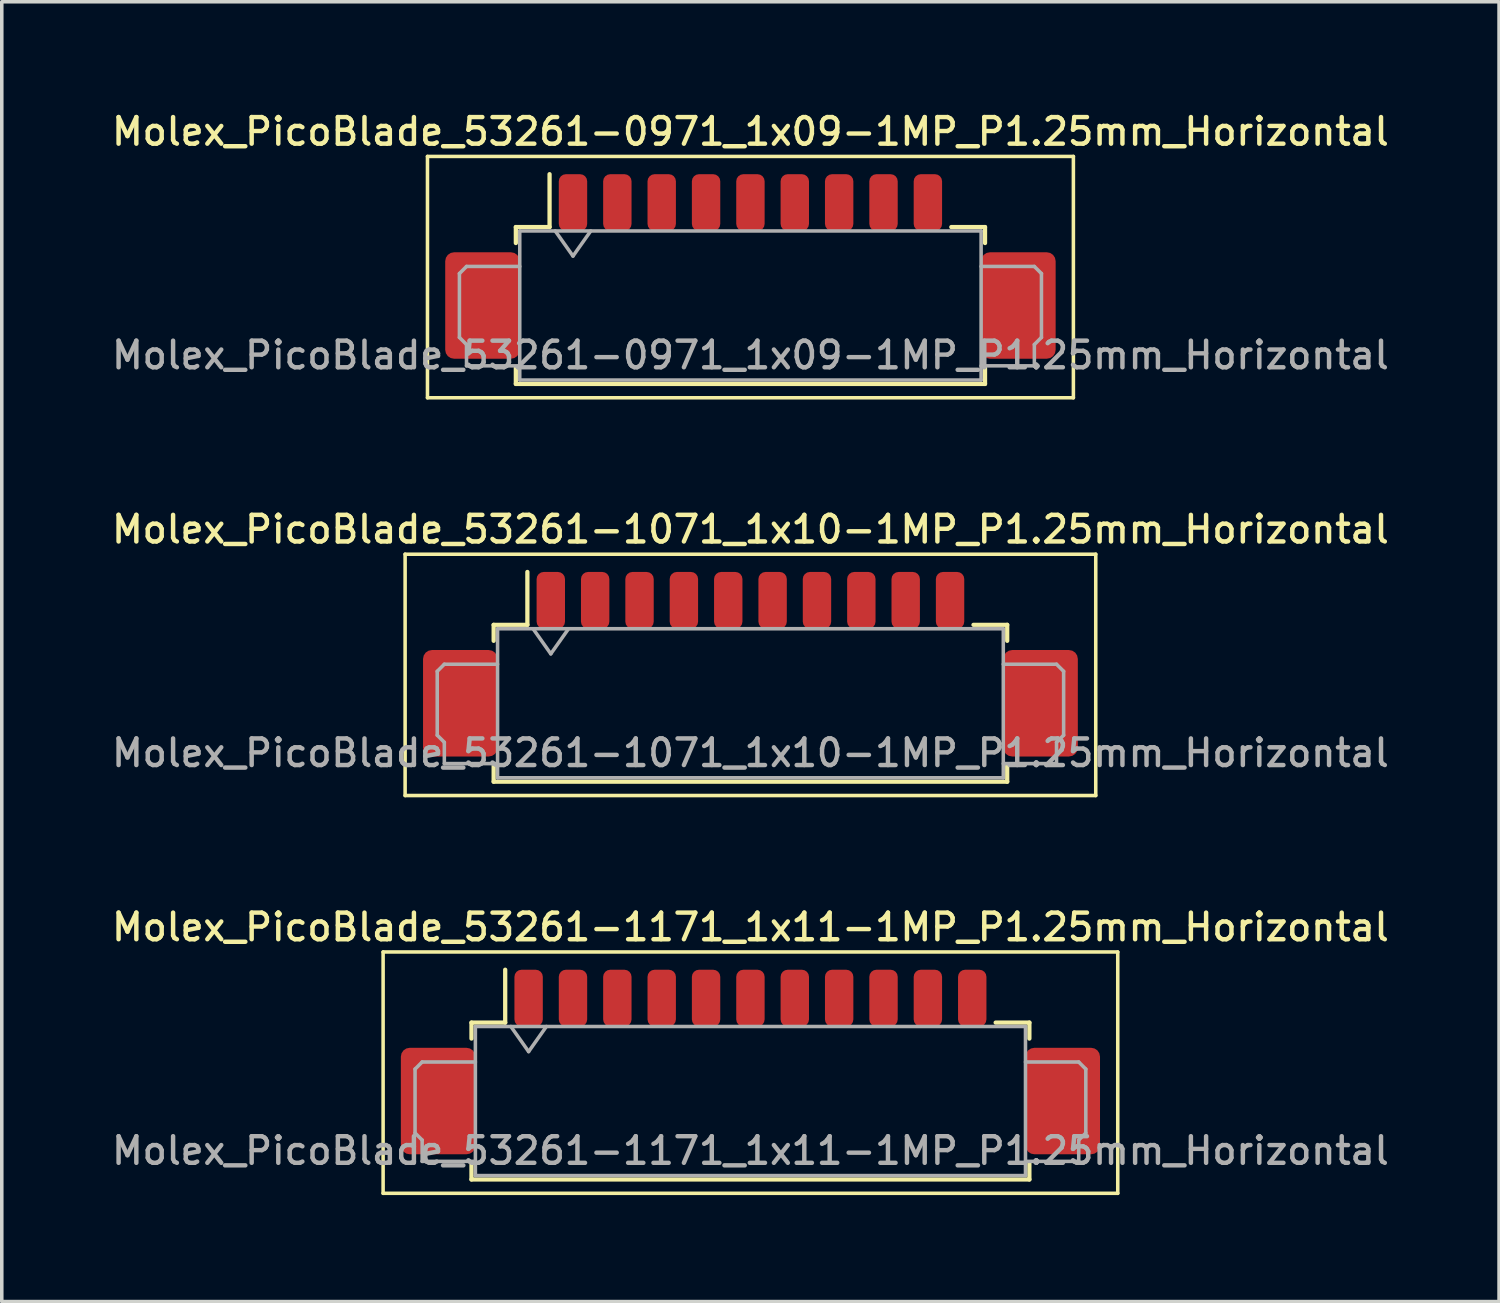
<source format=kicad_pcb>
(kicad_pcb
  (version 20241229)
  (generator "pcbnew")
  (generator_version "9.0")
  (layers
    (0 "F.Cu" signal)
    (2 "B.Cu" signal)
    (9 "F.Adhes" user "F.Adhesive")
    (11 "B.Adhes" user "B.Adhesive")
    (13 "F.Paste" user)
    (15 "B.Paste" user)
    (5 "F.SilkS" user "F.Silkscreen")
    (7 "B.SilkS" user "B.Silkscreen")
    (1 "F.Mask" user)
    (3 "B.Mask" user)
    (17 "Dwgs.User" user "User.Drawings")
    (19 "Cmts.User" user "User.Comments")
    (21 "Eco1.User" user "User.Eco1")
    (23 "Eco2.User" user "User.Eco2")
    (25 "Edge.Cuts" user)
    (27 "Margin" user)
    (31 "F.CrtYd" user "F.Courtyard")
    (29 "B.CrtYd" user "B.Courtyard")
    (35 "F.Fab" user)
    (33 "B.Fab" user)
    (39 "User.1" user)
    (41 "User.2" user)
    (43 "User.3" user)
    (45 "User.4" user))
  (footprint "Molex_PicoBlade_53261-1171_1x11-1MP_P1.25mm_Horizontal"
    (layer "F.Cu")
    (at 18.095 27.474)
    (property "Reference" "Molex_PicoBlade_53261-1171_1x11-1MP_P1.25mm_Horizontal" (at 0 -4.4 0) (layer "F.SilkS") (effects (font (size 0.75 0.75) (thickness 0.125))))
    (attr smd)
    (fp_line (start -10.35 -3.7) (end -10.35 3.1) (stroke (width 0.1) (type solid)) (layer "F.SilkS"))
    (fp_line (start -10.35 3.1) (end 10.35 3.1) (stroke (width 0.1) (type solid)) (layer "F.SilkS"))
    (fp_line (start -7.86 -1.71) (end -6.91 -1.71) (stroke (width 0.12) (type solid)) (layer "F.SilkS"))
    (fp_line (start -7.86 -1.26) (end -7.86 -1.71) (stroke (width 0.12) (type solid)) (layer "F.SilkS"))
    (fp_line (start -7.86 2.26) (end -7.86 2.71) (stroke (width 0.12) (type solid)) (layer "F.SilkS"))
    (fp_line (start -7.86 2.71) (end 7.86 2.71) (stroke (width 0.12) (type solid)) (layer "F.SilkS"))
    (fp_line (start -6.91 -1.71) (end -6.91 -3.2) (stroke (width 0.12) (type solid)) (layer "F.SilkS"))
    (fp_line (start 7.86 -1.71) (end 6.91 -1.71) (stroke (width 0.12) (type solid)) (layer "F.SilkS"))
    (fp_line (start 7.86 -1.26) (end 7.86 -1.71) (stroke (width 0.12) (type solid)) (layer "F.SilkS"))
    (fp_line (start 7.86 2.71) (end 7.86 2.26) (stroke (width 0.12) (type solid)) (layer "F.SilkS"))
    (fp_line (start 10.35 -3.7) (end -10.35 -3.7) (stroke (width 0.1) (type solid)) (layer "F.SilkS"))
    (fp_line (start 10.35 3.1) (end 10.35 -3.7) (stroke (width 0.1) (type solid)) (layer "F.SilkS"))
    (fp_line (start -9.45 -0.4) (end -9.45 1.4) (stroke (width 0.1) (type solid)) (layer "F.Fab"))
    (fp_line (start -9.45 1.4) (end -9.25 1.6) (stroke (width 0.1) (type solid)) (layer "F.Fab"))
    (fp_line (start -9.25 -0.6) (end -9.45 -0.4) (stroke (width 0.1) (type solid)) (layer "F.Fab"))
    (fp_line (start -9.25 1.6) (end -9.25 2.2) (stroke (width 0.1) (type solid)) (layer "F.Fab"))
    (fp_line (start -9.25 2.2) (end -7.75 2.2) (stroke (width 0.1) (type solid)) (layer "F.Fab"))
    (fp_line (start -7.75 -1.6) (end -7.75 2.6) (stroke (width 0.1) (type solid)) (layer "F.Fab"))
    (fp_line (start -7.75 -1.6) (end 7.75 -1.6) (stroke (width 0.1) (type solid)) (layer "F.Fab"))
    (fp_line (start -7.75 -0.6) (end -9.25 -0.6) (stroke (width 0.1) (type solid)) (layer "F.Fab"))
    (fp_line (start -7.75 2.6) (end 7.75 2.6) (stroke (width 0.1) (type solid)) (layer "F.Fab"))
    (fp_line (start -6.75 -1.6) (end -6.25 -0.893) (stroke (width 0.1) (type solid)) (layer "F.Fab"))
    (fp_line (start -6.25 -0.893) (end -5.75 -1.6) (stroke (width 0.1) (type solid)) (layer "F.Fab"))
    (fp_line (start 7.75 -1.6) (end 7.75 2.6) (stroke (width 0.1) (type solid)) (layer "F.Fab"))
    (fp_line (start 7.75 -0.6) (end 9.25 -0.6) (stroke (width 0.1) (type solid)) (layer "F.Fab"))
    (fp_line (start 9.25 -0.6) (end 9.45 -0.4) (stroke (width 0.1) (type solid)) (layer "F.Fab"))
    (fp_line (start 9.25 1.6) (end 9.25 2.2) (stroke (width 0.1) (type solid)) (layer "F.Fab"))
    (fp_line (start 9.25 2.2) (end 7.75 2.2) (stroke (width 0.1) (type solid)) (layer "F.Fab"))
    (fp_line (start 9.45 -0.4) (end 9.45 1.4) (stroke (width 0.1) (type solid)) (layer "F.Fab"))
    (fp_line (start 9.45 1.4) (end 9.25 1.6) (stroke (width 0.1) (type solid)) (layer "F.Fab"))
    (fp_text user "${REFERENCE}" (at 0 1.9 0) (layer "F.Fab") (effects (font (size 0.75 0.75) (thickness 0.125))))
    (pad "1" smd roundrect (at -6.25 -2.4) (size 0.8 1.6) (layers "F.Cu" "F.Mask" "F.Paste") (roundrect_rratio 0.25))
    (pad "2" smd roundrect (at -5 -2.4) (size 0.8 1.6) (layers "F.Cu" "F.Mask" "F.Paste") (roundrect_rratio 0.25))
    (pad "3" smd roundrect (at -3.75 -2.4) (size 0.8 1.6) (layers "F.Cu" "F.Mask" "F.Paste") (roundrect_rratio 0.25))
    (pad "4" smd roundrect (at -2.5 -2.4) (size 0.8 1.6) (layers "F.Cu" "F.Mask" "F.Paste") (roundrect_rratio 0.25))
    (pad "5" smd roundrect (at -1.25 -2.4) (size 0.8 1.6) (layers "F.Cu" "F.Mask" "F.Paste") (roundrect_rratio 0.25))
    (pad "6" smd roundrect (at 0 -2.4) (size 0.8 1.6) (layers "F.Cu" "F.Mask" "F.Paste") (roundrect_rratio 0.25))
    (pad "7" smd roundrect (at 1.25 -2.4) (size 0.8 1.6) (layers "F.Cu" "F.Mask" "F.Paste") (roundrect_rratio 0.25))
    (pad "8" smd roundrect (at 2.5 -2.4) (size 0.8 1.6) (layers "F.Cu" "F.Mask" "F.Paste") (roundrect_rratio 0.25))
    (pad "9" smd roundrect (at 3.75 -2.4) (size 0.8 1.6) (layers "F.Cu" "F.Mask" "F.Paste") (roundrect_rratio 0.25))
    (pad "10" smd roundrect (at 5 -2.4) (size 0.8 1.6) (layers "F.Cu" "F.Mask" "F.Paste") (roundrect_rratio 0.25))
    (pad "11" smd roundrect (at 6.25 -2.4) (size 0.8 1.6) (layers "F.Cu" "F.Mask" "F.Paste") (roundrect_rratio 0.25))
    (pad "MP" smd roundrect (at -8.8 0.5) (size 2.1 3) (layers "F.Cu" "F.Mask" "F.Paste") (roundrect_rratio 0.119))
    (pad "MP" smd roundrect (at 8.8 0.5) (size 2.1 3) (layers "F.Cu" "F.Mask" "F.Paste") (roundrect_rratio 0.119)))
  (footprint "Molex_PicoBlade_53261-0971_1x09-1MP_P1.25mm_Horizontal"
    (layer "F.Cu")
    (at 18.095 5.058)
    (property "Reference" "Molex_PicoBlade_53261-0971_1x09-1MP_P1.25mm_Horizontal" (at 0 -4.4 0) (layer "F.SilkS") (effects (font (size 0.75 0.75) (thickness 0.125))))
    (attr smd)
    (fp_line (start -9.1 -3.7) (end -9.1 3.1) (stroke (width 0.1) (type solid)) (layer "F.SilkS"))
    (fp_line (start -9.1 3.1) (end 9.1 3.1) (stroke (width 0.1) (type solid)) (layer "F.SilkS"))
    (fp_line (start -6.61 -1.71) (end -5.66 -1.71) (stroke (width 0.12) (type solid)) (layer "F.SilkS"))
    (fp_line (start -6.61 -1.26) (end -6.61 -1.71) (stroke (width 0.12) (type solid)) (layer "F.SilkS"))
    (fp_line (start -6.61 2.26) (end -6.61 2.71) (stroke (width 0.12) (type solid)) (layer "F.SilkS"))
    (fp_line (start -6.61 2.71) (end 6.61 2.71) (stroke (width 0.12) (type solid)) (layer "F.SilkS"))
    (fp_line (start -5.66 -1.71) (end -5.66 -3.2) (stroke (width 0.12) (type solid)) (layer "F.SilkS"))
    (fp_line (start 6.61 -1.71) (end 5.66 -1.71) (stroke (width 0.12) (type solid)) (layer "F.SilkS"))
    (fp_line (start 6.61 -1.26) (end 6.61 -1.71) (stroke (width 0.12) (type solid)) (layer "F.SilkS"))
    (fp_line (start 6.61 2.71) (end 6.61 2.26) (stroke (width 0.12) (type solid)) (layer "F.SilkS"))
    (fp_line (start 9.1 -3.7) (end -9.1 -3.7) (stroke (width 0.1) (type solid)) (layer "F.SilkS"))
    (fp_line (start 9.1 3.1) (end 9.1 -3.7) (stroke (width 0.1) (type solid)) (layer "F.SilkS"))
    (fp_line (start -8.2 -0.4) (end -8.2 1.4) (stroke (width 0.1) (type solid)) (layer "F.Fab"))
    (fp_line (start -8.2 1.4) (end -8 1.6) (stroke (width 0.1) (type solid)) (layer "F.Fab"))
    (fp_line (start -8 -0.6) (end -8.2 -0.4) (stroke (width 0.1) (type solid)) (layer "F.Fab"))
    (fp_line (start -8 1.6) (end -8 2.2) (stroke (width 0.1) (type solid)) (layer "F.Fab"))
    (fp_line (start -8 2.2) (end -6.5 2.2) (stroke (width 0.1) (type solid)) (layer "F.Fab"))
    (fp_line (start -6.5 -1.6) (end -6.5 2.6) (stroke (width 0.1) (type solid)) (layer "F.Fab"))
    (fp_line (start -6.5 -1.6) (end 6.5 -1.6) (stroke (width 0.1) (type solid)) (layer "F.Fab"))
    (fp_line (start -6.5 -0.6) (end -8 -0.6) (stroke (width 0.1) (type solid)) (layer "F.Fab"))
    (fp_line (start -6.5 2.6) (end 6.5 2.6) (stroke (width 0.1) (type solid)) (layer "F.Fab"))
    (fp_line (start -5.5 -1.6) (end -5 -0.893) (stroke (width 0.1) (type solid)) (layer "F.Fab"))
    (fp_line (start -5 -0.893) (end -4.5 -1.6) (stroke (width 0.1) (type solid)) (layer "F.Fab"))
    (fp_line (start 6.5 -1.6) (end 6.5 2.6) (stroke (width 0.1) (type solid)) (layer "F.Fab"))
    (fp_line (start 6.5 -0.6) (end 8 -0.6) (stroke (width 0.1) (type solid)) (layer "F.Fab"))
    (fp_line (start 8 -0.6) (end 8.2 -0.4) (stroke (width 0.1) (type solid)) (layer "F.Fab"))
    (fp_line (start 8 1.6) (end 8 2.2) (stroke (width 0.1) (type solid)) (layer "F.Fab"))
    (fp_line (start 8 2.2) (end 6.5 2.2) (stroke (width 0.1) (type solid)) (layer "F.Fab"))
    (fp_line (start 8.2 -0.4) (end 8.2 1.4) (stroke (width 0.1) (type solid)) (layer "F.Fab"))
    (fp_line (start 8.2 1.4) (end 8 1.6) (stroke (width 0.1) (type solid)) (layer "F.Fab"))
    (fp_text user "${REFERENCE}" (at 0 1.9 0) (layer "F.Fab") (effects (font (size 0.75 0.75) (thickness 0.125))))
    (pad "1" smd roundrect (at -5 -2.4) (size 0.8 1.6) (layers "F.Cu" "F.Mask" "F.Paste") (roundrect_rratio 0.25))
    (pad "2" smd roundrect (at -3.75 -2.4) (size 0.8 1.6) (layers "F.Cu" "F.Mask" "F.Paste") (roundrect_rratio 0.25))
    (pad "3" smd roundrect (at -2.5 -2.4) (size 0.8 1.6) (layers "F.Cu" "F.Mask" "F.Paste") (roundrect_rratio 0.25))
    (pad "4" smd roundrect (at -1.25 -2.4) (size 0.8 1.6) (layers "F.Cu" "F.Mask" "F.Paste") (roundrect_rratio 0.25))
    (pad "5" smd roundrect (at 0 -2.4) (size 0.8 1.6) (layers "F.Cu" "F.Mask" "F.Paste") (roundrect_rratio 0.25))
    (pad "6" smd roundrect (at 1.25 -2.4) (size 0.8 1.6) (layers "F.Cu" "F.Mask" "F.Paste") (roundrect_rratio 0.25))
    (pad "7" smd roundrect (at 2.5 -2.4) (size 0.8 1.6) (layers "F.Cu" "F.Mask" "F.Paste") (roundrect_rratio 0.25))
    (pad "8" smd roundrect (at 3.75 -2.4) (size 0.8 1.6) (layers "F.Cu" "F.Mask" "F.Paste") (roundrect_rratio 0.25))
    (pad "9" smd roundrect (at 5 -2.4) (size 0.8 1.6) (layers "F.Cu" "F.Mask" "F.Paste") (roundrect_rratio 0.25))
    (pad "MP" smd roundrect (at -7.55 0.5) (size 2.1 3) (layers "F.Cu" "F.Mask" "F.Paste") (roundrect_rratio 0.119))
    (pad "MP" smd roundrect (at 7.55 0.5) (size 2.1 3) (layers "F.Cu" "F.Mask" "F.Paste") (roundrect_rratio 0.119)))
  (footprint "Molex_PicoBlade_53261-1071_1x10-1MP_P1.25mm_Horizontal"
    (layer "F.Cu")
    (at 18.095 16.266)
    (property "Reference" "Molex_PicoBlade_53261-1071_1x10-1MP_P1.25mm_Horizontal" (at 0 -4.4 0) (layer "F.SilkS") (effects (font (size 0.75 0.75) (thickness 0.125))))
    (attr smd)
    (fp_line (start -9.73 -3.7) (end -9.73 3.1) (stroke (width 0.1) (type solid)) (layer "F.SilkS"))
    (fp_line (start -9.73 3.1) (end 9.73 3.1) (stroke (width 0.1) (type solid)) (layer "F.SilkS"))
    (fp_line (start -7.235 -1.71) (end -6.285 -1.71) (stroke (width 0.12) (type solid)) (layer "F.SilkS"))
    (fp_line (start -7.235 -1.26) (end -7.235 -1.71) (stroke (width 0.12) (type solid)) (layer "F.SilkS"))
    (fp_line (start -7.235 2.26) (end -7.235 2.71) (stroke (width 0.12) (type solid)) (layer "F.SilkS"))
    (fp_line (start -7.235 2.71) (end 7.235 2.71) (stroke (width 0.12) (type solid)) (layer "F.SilkS"))
    (fp_line (start -6.285 -1.71) (end -6.285 -3.2) (stroke (width 0.12) (type solid)) (layer "F.SilkS"))
    (fp_line (start 7.235 -1.71) (end 6.285 -1.71) (stroke (width 0.12) (type solid)) (layer "F.SilkS"))
    (fp_line (start 7.235 -1.26) (end 7.235 -1.71) (stroke (width 0.12) (type solid)) (layer "F.SilkS"))
    (fp_line (start 7.235 2.71) (end 7.235 2.26) (stroke (width 0.12) (type solid)) (layer "F.SilkS"))
    (fp_line (start 9.73 -3.7) (end -9.73 -3.7) (stroke (width 0.1) (type solid)) (layer "F.SilkS"))
    (fp_line (start 9.73 3.1) (end 9.73 -3.7) (stroke (width 0.1) (type solid)) (layer "F.SilkS"))
    (fp_line (start -8.825 -0.4) (end -8.825 1.4) (stroke (width 0.1) (type solid)) (layer "F.Fab"))
    (fp_line (start -8.825 1.4) (end -8.625 1.6) (stroke (width 0.1) (type solid)) (layer "F.Fab"))
    (fp_line (start -8.625 -0.6) (end -8.825 -0.4) (stroke (width 0.1) (type solid)) (layer "F.Fab"))
    (fp_line (start -8.625 1.6) (end -8.625 2.2) (stroke (width 0.1) (type solid)) (layer "F.Fab"))
    (fp_line (start -8.625 2.2) (end -7.125 2.2) (stroke (width 0.1) (type solid)) (layer "F.Fab"))
    (fp_line (start -7.125 -1.6) (end -7.125 2.6) (stroke (width 0.1) (type solid)) (layer "F.Fab"))
    (fp_line (start -7.125 -1.6) (end 7.125 -1.6) (stroke (width 0.1) (type solid)) (layer "F.Fab"))
    (fp_line (start -7.125 -0.6) (end -8.625 -0.6) (stroke (width 0.1) (type solid)) (layer "F.Fab"))
    (fp_line (start -7.125 2.6) (end 7.125 2.6) (stroke (width 0.1) (type solid)) (layer "F.Fab"))
    (fp_line (start -6.125 -1.6) (end -5.625 -0.893) (stroke (width 0.1) (type solid)) (layer "F.Fab"))
    (fp_line (start -5.625 -0.893) (end -5.125 -1.6) (stroke (width 0.1) (type solid)) (layer "F.Fab"))
    (fp_line (start 7.125 -1.6) (end 7.125 2.6) (stroke (width 0.1) (type solid)) (layer "F.Fab"))
    (fp_line (start 7.125 -0.6) (end 8.625 -0.6) (stroke (width 0.1) (type solid)) (layer "F.Fab"))
    (fp_line (start 8.625 -0.6) (end 8.825 -0.4) (stroke (width 0.1) (type solid)) (layer "F.Fab"))
    (fp_line (start 8.625 1.6) (end 8.625 2.2) (stroke (width 0.1) (type solid)) (layer "F.Fab"))
    (fp_line (start 8.625 2.2) (end 7.125 2.2) (stroke (width 0.1) (type solid)) (layer "F.Fab"))
    (fp_line (start 8.825 -0.4) (end 8.825 1.4) (stroke (width 0.1) (type solid)) (layer "F.Fab"))
    (fp_line (start 8.825 1.4) (end 8.625 1.6) (stroke (width 0.1) (type solid)) (layer "F.Fab"))
    (fp_text user "${REFERENCE}" (at 0 1.9 0) (layer "F.Fab") (effects (font (size 0.75 0.75) (thickness 0.125))))
    (pad "1" smd roundrect (at -5.625 -2.4) (size 0.8 1.6) (layers "F.Cu" "F.Mask" "F.Paste") (roundrect_rratio 0.25))
    (pad "2" smd roundrect (at -4.375 -2.4) (size 0.8 1.6) (layers "F.Cu" "F.Mask" "F.Paste") (roundrect_rratio 0.25))
    (pad "3" smd roundrect (at -3.125 -2.4) (size 0.8 1.6) (layers "F.Cu" "F.Mask" "F.Paste") (roundrect_rratio 0.25))
    (pad "4" smd roundrect (at -1.875 -2.4) (size 0.8 1.6) (layers "F.Cu" "F.Mask" "F.Paste") (roundrect_rratio 0.25))
    (pad "5" smd roundrect (at -0.625 -2.4) (size 0.8 1.6) (layers "F.Cu" "F.Mask" "F.Paste") (roundrect_rratio 0.25))
    (pad "6" smd roundrect (at 0.625 -2.4) (size 0.8 1.6) (layers "F.Cu" "F.Mask" "F.Paste") (roundrect_rratio 0.25))
    (pad "7" smd roundrect (at 1.875 -2.4) (size 0.8 1.6) (layers "F.Cu" "F.Mask" "F.Paste") (roundrect_rratio 0.25))
    (pad "8" smd roundrect (at 3.125 -2.4) (size 0.8 1.6) (layers "F.Cu" "F.Mask" "F.Paste") (roundrect_rratio 0.25))
    (pad "9" smd roundrect (at 4.375 -2.4) (size 0.8 1.6) (layers "F.Cu" "F.Mask" "F.Paste") (roundrect_rratio 0.25))
    (pad "10" smd roundrect (at 5.625 -2.4) (size 0.8 1.6) (layers "F.Cu" "F.Mask" "F.Paste") (roundrect_rratio 0.25))
    (pad "MP" smd roundrect (at -8.175 0.5) (size 2.1 3) (layers "F.Cu" "F.Mask" "F.Paste") (roundrect_rratio 0.119))
    (pad "MP" smd roundrect (at 8.175 0.5) (size 2.1 3) (layers "F.Cu" "F.Mask" "F.Paste") (roundrect_rratio 0.119)))
  (gr_rect
    (start -3 -3)
    (end 39.189 33.624)
    (stroke (width 0.1) (type default))
    (fill no)
    (layer "Edge.Cuts")))
</source>
